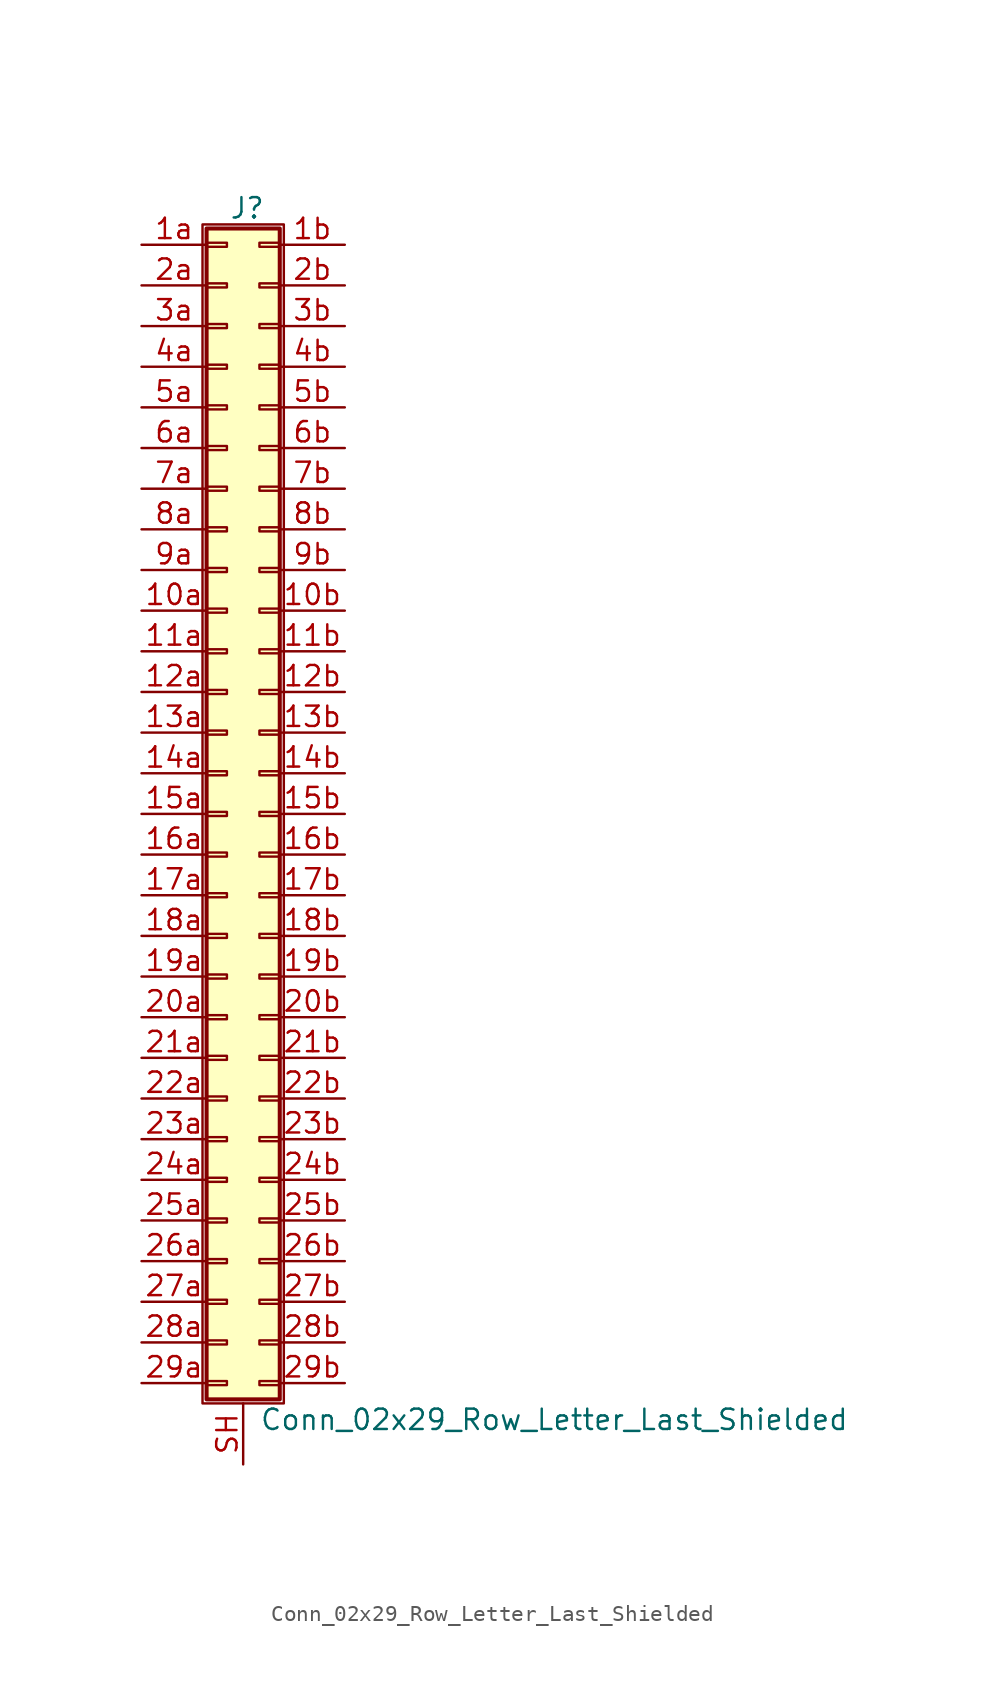
<source format=kicad_sym>
(kicad_symbol_lib
  (version 20201005)
  (generator kicad_symbol_editor)
  (symbol "Conn_02x29_Row_Letter_Last_Shielded"
    (pin_names
      (offset 1.016) hide)
    (property "Reference" "J"
      (at 1.524 37.846 0)
      (effects (font (size 1.27 1.27))))
    (property "Value" "Conn_02x29_Row_Letter_Last_Shielded"
      (at 2.286 -37.846 0)
      (effects (font (size 1.27 1.27)) (justify left)))
    (symbol "Conn_02x29_Row_Letter_Last_Shielded_1_1"
      (rectangle (start -1.27 36.83) (end 3.81 -36.83) (stroke (width 0.152)) (fill (type none)))
      (rectangle (start -1.016 -35.433) (end 0.254 -35.687) (stroke (width 0.152)) (fill (type none)))
      (rectangle (start -1.016 -32.893) (end 0.254 -33.147) (stroke (width 0.152)) (fill (type none)))
      (rectangle (start -1.016 -30.353) (end 0.254 -30.607) (stroke (width 0.152)) (fill (type none)))
      (rectangle (start -1.016 -27.813) (end 0.254 -28.067) (stroke (width 0.152)) (fill (type none)))
      (rectangle (start -1.016 -25.273) (end 0.254 -25.527) (stroke (width 0.152)) (fill (type none)))
      (rectangle (start -1.016 -22.733) (end 0.254 -22.987) (stroke (width 0.152)) (fill (type none)))
      (rectangle (start -1.016 -20.193) (end 0.254 -20.447) (stroke (width 0.152)) (fill (type none)))
      (rectangle (start -1.016 -17.653) (end 0.254 -17.907) (stroke (width 0.152)) (fill (type none)))
      (rectangle (start -1.016 -15.113) (end 0.254 -15.367) (stroke (width 0.152)) (fill (type none)))
      (rectangle (start -1.016 -12.573) (end 0.254 -12.827) (stroke (width 0.152)) (fill (type none)))
      (rectangle (start -1.016 -10.033) (end 0.254 -10.287) (stroke (width 0.152)) (fill (type none)))
      (rectangle (start -1.016 -7.493) (end 0.254 -7.747) (stroke (width 0.152)) (fill (type none)))
      (rectangle (start -1.016 -4.953) (end 0.254 -5.207) (stroke (width 0.152)) (fill (type none)))
      (rectangle (start -1.016 -2.413) (end 0.254 -2.667) (stroke (width 0.152)) (fill (type none)))
      (rectangle (start -1.016 0.127) (end 0.254 -0.127) (stroke (width 0.152)) (fill (type none)))
      (rectangle (start -1.016 2.667) (end 0.254 2.413) (stroke (width 0.152)) (fill (type none)))
      (rectangle (start -1.016 5.207) (end 0.254 4.953) (stroke (width 0.152)) (fill (type none)))
      (rectangle (start -1.016 7.747) (end 0.254 7.493) (stroke (width 0.152)) (fill (type none)))
      (rectangle (start -1.016 10.287) (end 0.254 10.033) (stroke (width 0.152)) (fill (type none)))
      (rectangle (start -1.016 12.827) (end 0.254 12.573) (stroke (width 0.152)) (fill (type none)))
      (rectangle (start -1.016 15.367) (end 0.254 15.113) (stroke (width 0.152)) (fill (type none)))
      (rectangle (start -1.016 17.907) (end 0.254 17.653) (stroke (width 0.152)) (fill (type none)))
      (rectangle (start -1.016 20.447) (end 0.254 20.193) (stroke (width 0.152)) (fill (type none)))
      (rectangle (start -1.016 22.987) (end 0.254 22.733) (stroke (width 0.152)) (fill (type none)))
      (rectangle (start -1.016 25.527) (end 0.254 25.273) (stroke (width 0.152)) (fill (type none)))
      (rectangle (start -1.016 28.067) (end 0.254 27.813) (stroke (width 0.152)) (fill (type none)))
      (rectangle (start -1.016 30.607) (end 0.254 30.353) (stroke (width 0.152)) (fill (type none)))
      (rectangle (start -1.016 33.147) (end 0.254 32.893) (stroke (width 0.152)) (fill (type none)))
      (rectangle (start -1.016 35.687) (end 0.254 35.433) (stroke (width 0.152)) (fill (type none)))
      (rectangle (start 3.556 -35.433) (end 2.286 -35.687) (stroke (width 0.152)) (fill (type none)))
      (rectangle (start 3.556 -32.893) (end 2.286 -33.147) (stroke (width 0.152)) (fill (type none)))
      (rectangle (start 3.556 -30.353) (end 2.286 -30.607) (stroke (width 0.152)) (fill (type none)))
      (rectangle (start 3.556 -27.813) (end 2.286 -28.067) (stroke (width 0.152)) (fill (type none)))
      (rectangle (start 3.556 -25.273) (end 2.286 -25.527) (stroke (width 0.152)) (fill (type none)))
      (rectangle (start 3.556 -22.733) (end 2.286 -22.987) (stroke (width 0.152)) (fill (type none)))
      (rectangle (start 3.556 -20.193) (end 2.286 -20.447) (stroke (width 0.152)) (fill (type none)))
      (rectangle (start 3.556 -17.653) (end 2.286 -17.907) (stroke (width 0.152)) (fill (type none)))
      (rectangle (start 3.556 -15.113) (end 2.286 -15.367) (stroke (width 0.152)) (fill (type none)))
      (rectangle (start 3.556 -12.573) (end 2.286 -12.827) (stroke (width 0.152)) (fill (type none)))
      (rectangle (start 3.556 -10.033) (end 2.286 -10.287) (stroke (width 0.152)) (fill (type none)))
      (rectangle (start 3.556 -7.493) (end 2.286 -7.747) (stroke (width 0.152)) (fill (type none)))
      (rectangle (start 3.556 -4.953) (end 2.286 -5.207) (stroke (width 0.152)) (fill (type none)))
      (rectangle (start 3.556 -2.413) (end 2.286 -2.667) (stroke (width 0.152)) (fill (type none)))
      (rectangle (start 3.556 0.127) (end 2.286 -0.127) (stroke (width 0.152)) (fill (type none)))
      (rectangle (start 3.556 2.667) (end 2.286 2.413) (stroke (width 0.152)) (fill (type none)))
      (rectangle (start 3.556 5.207) (end 2.286 4.953) (stroke (width 0.152)) (fill (type none)))
      (rectangle (start 3.556 7.747) (end 2.286 7.493) (stroke (width 0.152)) (fill (type none)))
      (rectangle (start 3.556 10.287) (end 2.286 10.033) (stroke (width 0.152)) (fill (type none)))
      (rectangle (start 3.556 12.827) (end 2.286 12.573) (stroke (width 0.152)) (fill (type none)))
      (rectangle (start 3.556 15.367) (end 2.286 15.113) (stroke (width 0.152)) (fill (type none)))
      (rectangle (start 3.556 17.907) (end 2.286 17.653) (stroke (width 0.152)) (fill (type none)))
      (rectangle (start 3.556 20.447) (end 2.286 20.193) (stroke (width 0.152)) (fill (type none)))
      (rectangle (start 3.556 22.987) (end 2.286 22.733) (stroke (width 0.152)) (fill (type none)))
      (rectangle (start 3.556 25.527) (end 2.286 25.273) (stroke (width 0.152)) (fill (type none)))
      (rectangle (start 3.556 28.067) (end 2.286 27.813) (stroke (width 0.152)) (fill (type none)))
      (rectangle (start 3.556 30.607) (end 2.286 30.353) (stroke (width 0.152)) (fill (type none)))
      (rectangle (start 3.556 33.147) (end 2.286 32.893) (stroke (width 0.152)) (fill (type none)))
      (rectangle (start 3.556 35.687) (end 2.286 35.433) (stroke (width 0.152)) (fill (type none)))
      (rectangle (start -1.016 36.576) (end 3.556 -36.576) (stroke (width 0.254)) (fill (type background)))
      (pin passive line (at -5.08 12.7 0) (length 4.064) (name "Pin_10a" (effects (font (size 1.27 1.27)))) (number "10a" (effects (font (size 1.27 1.27)))))
      (pin passive line (at 7.62 12.7 180) (length 4.064) (name "Pin_10b" (effects (font (size 1.27 1.27)))) (number "10b" (effects (font (size 1.27 1.27)))))
      (pin passive line (at -5.08 10.16 0) (length 4.064) (name "Pin_11a" (effects (font (size 1.27 1.27)))) (number "11a" (effects (font (size 1.27 1.27)))))
      (pin passive line (at 7.62 10.16 180) (length 4.064) (name "Pin_11b" (effects (font (size 1.27 1.27)))) (number "11b" (effects (font (size 1.27 1.27)))))
      (pin passive line (at -5.08 7.62 0) (length 4.064) (name "Pin_12a" (effects (font (size 1.27 1.27)))) (number "12a" (effects (font (size 1.27 1.27)))))
      (pin passive line (at 7.62 7.62 180) (length 4.064) (name "Pin_12b" (effects (font (size 1.27 1.27)))) (number "12b" (effects (font (size 1.27 1.27)))))
      (pin passive line (at -5.08 5.08 0) (length 4.064) (name "Pin_13a" (effects (font (size 1.27 1.27)))) (number "13a" (effects (font (size 1.27 1.27)))))
      (pin passive line (at 7.62 5.08 180) (length 4.064) (name "Pin_13b" (effects (font (size 1.27 1.27)))) (number "13b" (effects (font (size 1.27 1.27)))))
      (pin passive line (at -5.08 2.54 0) (length 4.064) (name "Pin_14a" (effects (font (size 1.27 1.27)))) (number "14a" (effects (font (size 1.27 1.27)))))
      (pin passive line (at 7.62 2.54 180) (length 4.064) (name "Pin_14b" (effects (font (size 1.27 1.27)))) (number "14b" (effects (font (size 1.27 1.27)))))
      (pin passive line (at -5.08 0 0) (length 4.064) (name "Pin_15a" (effects (font (size 1.27 1.27)))) (number "15a" (effects (font (size 1.27 1.27)))))
      (pin passive line (at 7.62 0 180) (length 4.064) (name "Pin_15b" (effects (font (size 1.27 1.27)))) (number "15b" (effects (font (size 1.27 1.27)))))
      (pin passive line (at -5.08 -2.54 0) (length 4.064) (name "Pin_16a" (effects (font (size 1.27 1.27)))) (number "16a" (effects (font (size 1.27 1.27)))))
      (pin passive line (at 7.62 -2.54 180) (length 4.064) (name "Pin_16b" (effects (font (size 1.27 1.27)))) (number "16b" (effects (font (size 1.27 1.27)))))
      (pin passive line (at -5.08 -5.08 0) (length 4.064) (name "Pin_17a" (effects (font (size 1.27 1.27)))) (number "17a" (effects (font (size 1.27 1.27)))))
      (pin passive line (at 7.62 -5.08 180) (length 4.064) (name "Pin_17b" (effects (font (size 1.27 1.27)))) (number "17b" (effects (font (size 1.27 1.27)))))
      (pin passive line (at -5.08 -7.62 0) (length 4.064) (name "Pin_18a" (effects (font (size 1.27 1.27)))) (number "18a" (effects (font (size 1.27 1.27)))))
      (pin passive line (at 7.62 -7.62 180) (length 4.064) (name "Pin_18b" (effects (font (size 1.27 1.27)))) (number "18b" (effects (font (size 1.27 1.27)))))
      (pin passive line (at -5.08 -10.16 0) (length 4.064) (name "Pin_19a" (effects (font (size 1.27 1.27)))) (number "19a" (effects (font (size 1.27 1.27)))))
      (pin passive line (at 7.62 -10.16 180) (length 4.064) (name "Pin_19b" (effects (font (size 1.27 1.27)))) (number "19b" (effects (font (size 1.27 1.27)))))
      (pin passive line (at -5.08 35.56 0) (length 4.064) (name "Pin_1a" (effects (font (size 1.27 1.27)))) (number "1a" (effects (font (size 1.27 1.27)))))
      (pin passive line (at 7.62 35.56 180) (length 4.064) (name "Pin_1b" (effects (font (size 1.27 1.27)))) (number "1b" (effects (font (size 1.27 1.27)))))
      (pin passive line (at -5.08 -12.7 0) (length 4.064) (name "Pin_20a" (effects (font (size 1.27 1.27)))) (number "20a" (effects (font (size 1.27 1.27)))))
      (pin passive line (at 7.62 -12.7 180) (length 4.064) (name "Pin_20b" (effects (font (size 1.27 1.27)))) (number "20b" (effects (font (size 1.27 1.27)))))
      (pin passive line (at -5.08 -15.24 0) (length 4.064) (name "Pin_21a" (effects (font (size 1.27 1.27)))) (number "21a" (effects (font (size 1.27 1.27)))))
      (pin passive line (at 7.62 -15.24 180) (length 4.064) (name "Pin_21b" (effects (font (size 1.27 1.27)))) (number "21b" (effects (font (size 1.27 1.27)))))
      (pin passive line (at -5.08 -17.78 0) (length 4.064) (name "Pin_22a" (effects (font (size 1.27 1.27)))) (number "22a" (effects (font (size 1.27 1.27)))))
      (pin passive line (at 7.62 -17.78 180) (length 4.064) (name "Pin_22b" (effects (font (size 1.27 1.27)))) (number "22b" (effects (font (size 1.27 1.27)))))
      (pin passive line (at -5.08 -20.32 0) (length 4.064) (name "Pin_23a" (effects (font (size 1.27 1.27)))) (number "23a" (effects (font (size 1.27 1.27)))))
      (pin passive line (at 7.62 -20.32 180) (length 4.064) (name "Pin_23b" (effects (font (size 1.27 1.27)))) (number "23b" (effects (font (size 1.27 1.27)))))
      (pin passive line (at -5.08 -22.86 0) (length 4.064) (name "Pin_24a" (effects (font (size 1.27 1.27)))) (number "24a" (effects (font (size 1.27 1.27)))))
      (pin passive line (at 7.62 -22.86 180) (length 4.064) (name "Pin_24b" (effects (font (size 1.27 1.27)))) (number "24b" (effects (font (size 1.27 1.27)))))
      (pin passive line (at -5.08 -25.4 0) (length 4.064) (name "Pin_25a" (effects (font (size 1.27 1.27)))) (number "25a" (effects (font (size 1.27 1.27)))))
      (pin passive line (at 7.62 -25.4 180) (length 4.064) (name "Pin_25b" (effects (font (size 1.27 1.27)))) (number "25b" (effects (font (size 1.27 1.27)))))
      (pin passive line (at -5.08 -27.94 0) (length 4.064) (name "Pin_26a" (effects (font (size 1.27 1.27)))) (number "26a" (effects (font (size 1.27 1.27)))))
      (pin passive line (at 7.62 -27.94 180) (length 4.064) (name "Pin_26b" (effects (font (size 1.27 1.27)))) (number "26b" (effects (font (size 1.27 1.27)))))
      (pin passive line (at -5.08 -30.48 0) (length 4.064) (name "Pin_27a" (effects (font (size 1.27 1.27)))) (number "27a" (effects (font (size 1.27 1.27)))))
      (pin passive line (at 7.62 -30.48 180) (length 4.064) (name "Pin_27b" (effects (font (size 1.27 1.27)))) (number "27b" (effects (font (size 1.27 1.27)))))
      (pin passive line (at -5.08 -33.02 0) (length 4.064) (name "Pin_28a" (effects (font (size 1.27 1.27)))) (number "28a" (effects (font (size 1.27 1.27)))))
      (pin passive line (at 7.62 -33.02 180) (length 4.064) (name "Pin_28b" (effects (font (size 1.27 1.27)))) (number "28b" (effects (font (size 1.27 1.27)))))
      (pin passive line (at -5.08 -35.56 0) (length 4.064) (name "Pin_29a" (effects (font (size 1.27 1.27)))) (number "29a" (effects (font (size 1.27 1.27)))))
      (pin passive line (at 7.62 -35.56 180) (length 4.064) (name "Pin_29b" (effects (font (size 1.27 1.27)))) (number "29b" (effects (font (size 1.27 1.27)))))
      (pin passive line (at -5.08 33.02 0) (length 4.064) (name "Pin_2a" (effects (font (size 1.27 1.27)))) (number "2a" (effects (font (size 1.27 1.27)))))
      (pin passive line (at 7.62 33.02 180) (length 4.064) (name "Pin_2b" (effects (font (size 1.27 1.27)))) (number "2b" (effects (font (size 1.27 1.27)))))
      (pin passive line (at -5.08 30.48 0) (length 4.064) (name "Pin_3a" (effects (font (size 1.27 1.27)))) (number "3a" (effects (font (size 1.27 1.27)))))
      (pin passive line (at 7.62 30.48 180) (length 4.064) (name "Pin_3b" (effects (font (size 1.27 1.27)))) (number "3b" (effects (font (size 1.27 1.27)))))
      (pin passive line (at -5.08 27.94 0) (length 4.064) (name "Pin_4a" (effects (font (size 1.27 1.27)))) (number "4a" (effects (font (size 1.27 1.27)))))
      (pin passive line (at 7.62 27.94 180) (length 4.064) (name "Pin_4b" (effects (font (size 1.27 1.27)))) (number "4b" (effects (font (size 1.27 1.27)))))
      (pin passive line (at -5.08 25.4 0) (length 4.064) (name "Pin_5a" (effects (font (size 1.27 1.27)))) (number "5a" (effects (font (size 1.27 1.27)))))
      (pin passive line (at 7.62 25.4 180) (length 4.064) (name "Pin_5b" (effects (font (size 1.27 1.27)))) (number "5b" (effects (font (size 1.27 1.27)))))
      (pin passive line (at -5.08 22.86 0) (length 4.064) (name "Pin_6a" (effects (font (size 1.27 1.27)))) (number "6a" (effects (font (size 1.27 1.27)))))
      (pin passive line (at 7.62 22.86 180) (length 4.064) (name "Pin_6b" (effects (font (size 1.27 1.27)))) (number "6b" (effects (font (size 1.27 1.27)))))
      (pin passive line (at -5.08 20.32 0) (length 4.064) (name "Pin_7a" (effects (font (size 1.27 1.27)))) (number "7a" (effects (font (size 1.27 1.27)))))
      (pin passive line (at 7.62 20.32 180) (length 4.064) (name "Pin_7b" (effects (font (size 1.27 1.27)))) (number "7b" (effects (font (size 1.27 1.27)))))
      (pin passive line (at -5.08 17.78 0) (length 4.064) (name "Pin_8a" (effects (font (size 1.27 1.27)))) (number "8a" (effects (font (size 1.27 1.27)))))
      (pin passive line (at 7.62 17.78 180) (length 4.064) (name "Pin_8b" (effects (font (size 1.27 1.27)))) (number "8b" (effects (font (size 1.27 1.27)))))
      (pin passive line (at -5.08 15.24 0) (length 4.064) (name "Pin_9a" (effects (font (size 1.27 1.27)))) (number "9a" (effects (font (size 1.27 1.27)))))
      (pin passive line (at 7.62 15.24 180) (length 4.064) (name "Pin_9b" (effects (font (size 1.27 1.27)))) (number "9b" (effects (font (size 1.27 1.27)))))
      (pin passive line (at 1.27 -40.64 90) (length 3.81) (name "Shield" (effects (font (size 1.27 1.27)))) (number "SH" (effects (font (size 1.27 1.27))))))))
</source>
